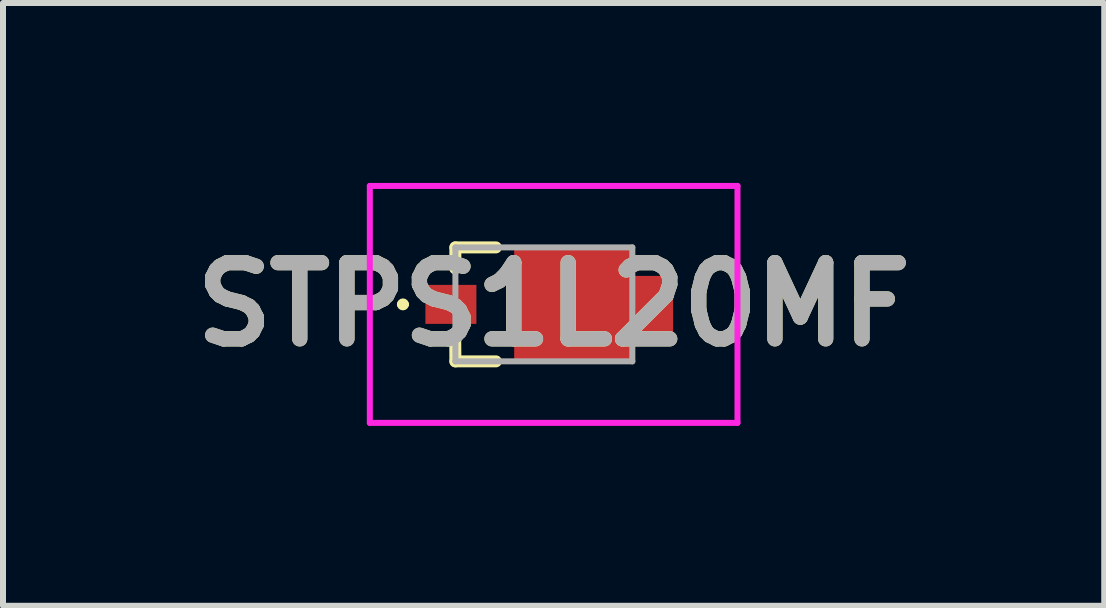
<source format=kicad_pcb>
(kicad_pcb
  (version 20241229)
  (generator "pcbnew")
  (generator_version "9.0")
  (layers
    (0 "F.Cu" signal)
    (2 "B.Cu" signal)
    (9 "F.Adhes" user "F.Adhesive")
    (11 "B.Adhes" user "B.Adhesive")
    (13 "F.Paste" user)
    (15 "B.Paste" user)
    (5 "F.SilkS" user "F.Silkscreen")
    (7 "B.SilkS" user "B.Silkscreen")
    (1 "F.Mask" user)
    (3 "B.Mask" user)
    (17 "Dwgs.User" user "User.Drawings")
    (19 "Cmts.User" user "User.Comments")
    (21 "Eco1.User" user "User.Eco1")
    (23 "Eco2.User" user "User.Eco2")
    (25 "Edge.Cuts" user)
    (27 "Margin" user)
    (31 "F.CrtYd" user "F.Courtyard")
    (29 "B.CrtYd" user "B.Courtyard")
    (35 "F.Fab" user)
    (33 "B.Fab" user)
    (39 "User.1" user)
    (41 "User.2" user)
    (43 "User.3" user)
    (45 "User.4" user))
  (footprint "STPS1L20MF"
    (layer "F.Cu")
    (at 6.018 2.025)
    (property "Reference" "STPS1L20MF" (at 0.163 0 0) (layer "F.SilkS") (effects (font (size 1.27 1.27) (thickness 0.254))))
    (attr smd)
    (fp_line (start -2.4 0) (end -2.4 0) (stroke (width 0.1) (type solid)) (layer "F.SilkS"))
    (fp_line (start -2.3 0) (end -2.3 0) (stroke (width 0.1) (type solid)) (layer "F.SilkS"))
    (fp_line (start -1.475 -0.95) (end -1.478 -0.6) (stroke (width 0.2) (type solid)) (layer "F.SilkS"))
    (fp_line (start -1.475 0.95) (end -1.478 0.6) (stroke (width 0.2) (type solid)) (layer "F.SilkS"))
    (fp_line (start -0.8 -0.95) (end -1.475 -0.95) (stroke (width 0.2) (type solid)) (layer "F.SilkS"))
    (fp_line (start -0.8 0.95) (end -1.475 0.95) (stroke (width 0.2) (type solid)) (layer "F.SilkS"))
    (fp_arc (start -2.4 0) (mid -2.35 -0.05) (end -2.3 0) (stroke (width 0.1) (type solid)) (layer "F.SilkS"))
    (fp_arc (start -2.3 0) (mid -2.35 0.05) (end -2.4 0) (stroke (width 0.1) (type solid)) (layer "F.SilkS"))
    (fp_line (start -2.902 -1.975) (end 3.228 -1.975) (stroke (width 0.1) (type solid)) (layer "F.CrtYd"))
    (fp_line (start -2.902 1.975) (end -2.902 -1.975) (stroke (width 0.1) (type solid)) (layer "F.CrtYd"))
    (fp_line (start 3.228 -1.975) (end 3.228 1.975) (stroke (width 0.1) (type solid)) (layer "F.CrtYd"))
    (fp_line (start 3.228 1.975) (end -2.902 1.975) (stroke (width 0.1) (type solid)) (layer "F.CrtYd"))
    (fp_line (start -1.475 -0.95) (end 1.475 -0.95) (stroke (width 0.1) (type solid)) (layer "F.Fab"))
    (fp_line (start -1.475 0.95) (end -1.475 -0.95) (stroke (width 0.1) (type solid)) (layer "F.Fab"))
    (fp_line (start 1.475 -0.95) (end 1.475 0.95) (stroke (width 0.1) (type solid)) (layer "F.Fab"))
    (fp_line (start 1.475 0.95) (end -1.475 0.95) (stroke (width 0.1) (type solid)) (layer "F.Fab"))
    (fp_text user "${REFERENCE}" (at 0.163 0 0) (layer "F.Fab") (effects (font (size 1.27 1.27) (thickness 0.254))))
    (pad "1" smd rect (at -1.55 0 90) (size 0.65 0.85) (layers "F.Cu" "F.Mask" "F.Paste"))
    (pad "2" smd rect (at 1.83 0) (size 0.65 0.95) (layers "F.Cu" "F.Mask" "F.Paste"))
    (pad "3" smd rect (at 0.505 0 90) (size 1.95 2) (layers "F.Cu" "F.Mask" "F.Paste")))
  (gr_rect
    (start -3 -3)
    (end 15.361 7.05)
    (stroke (width 0.1) (type default))
    (fill no)
    (layer "Edge.Cuts")))
</source>
